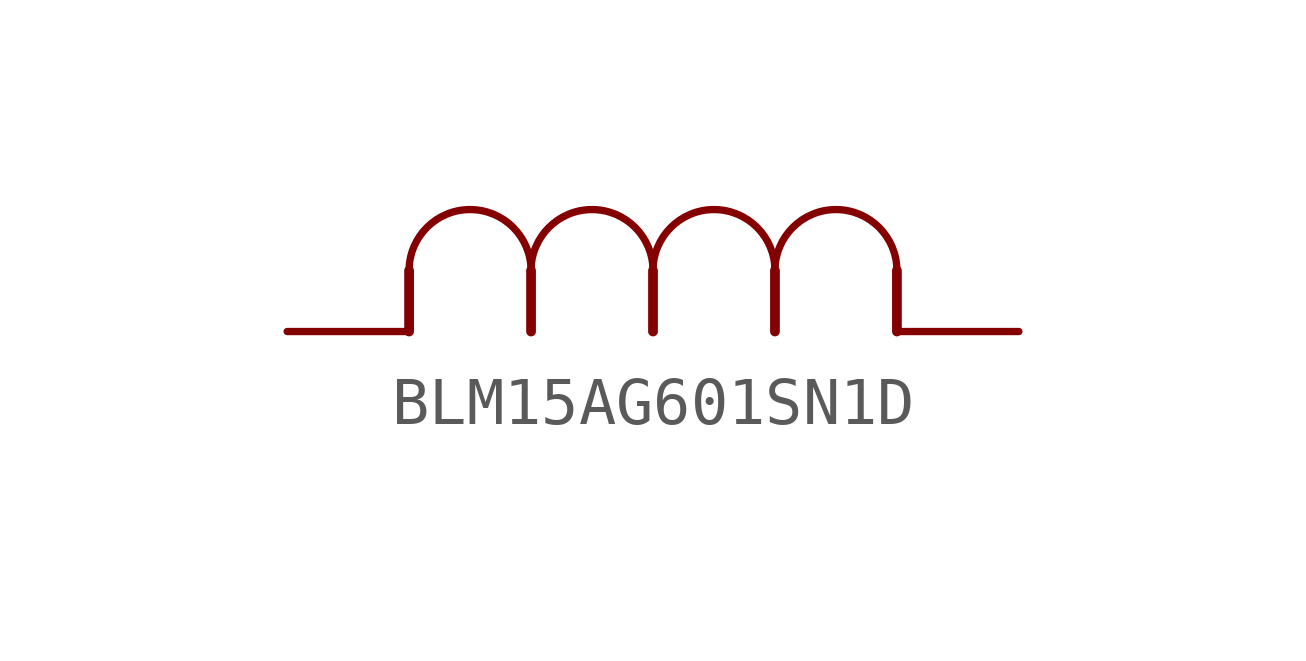
<source format=kicad_sym>
(kicad_symbol_lib
  (version 20220914)
  (generator kicad_symbol_editor)
  (symbol "BLM15AG601SN1D"
    (property "Reference" "L"
      (at -0.914 3.353 0)
      (effects (font (size 3.48 2.958)) (justify left bottom) hide))
    (property "ki_locked" ""
      (at 0 0 0)
      (effects (font (size 1.27 1.27))))
    (symbol "BLM15AG601SN1D_1_0"
      (polyline (pts (xy 2.54 0) (xy 2.54 1.27)) (stroke (width 0.203) (type solid)) (fill (type none)))
      (polyline (pts (xy 5.08 0) (xy 5.08 1.27)) (stroke (width 0.203) (type solid)) (fill (type none)))
      (polyline (pts (xy 7.62 0) (xy 7.62 1.27)) (stroke (width 0.203) (type solid)) (fill (type none)))
      (polyline (pts (xy 10.16 0) (xy 10.16 1.27)) (stroke (width 0.203) (type solid)) (fill (type none)))
      (polyline (pts (xy 12.7 0) (xy 12.7 1.27)) (stroke (width 0.203) (type solid)) (fill (type none)))
      (arc (start 5.08 1.27) (mid 3.81 2.54) (end 2.54 1.27) (stroke (width 0.1524) (type solid)) (fill (type none)))
      (arc (start 7.62 1.27) (mid 6.35 2.54) (end 5.08 1.27) (stroke (width 0.1524) (type solid)) (fill (type none)))
      (arc (start 10.16 1.27) (mid 8.89 2.54) (end 7.62 1.27) (stroke (width 0.1524) (type solid)) (fill (type none)))
      (arc (start 12.7 1.27) (mid 11.43 2.54) (end 10.16 1.27) (stroke (width 0.1524) (type solid)) (fill (type none)))
      (pin passive line (at 15.24 0 180) (length 2.54) (name "1" (effects (font (size 0 0)))) (number "1" (effects (font (size 0 0)))))
      (pin passive line (at 0 0 0) (length 2.54) (name "2" (effects (font (size 0 0)))) (number "2" (effects (font (size 0 0))))))))
</source>
